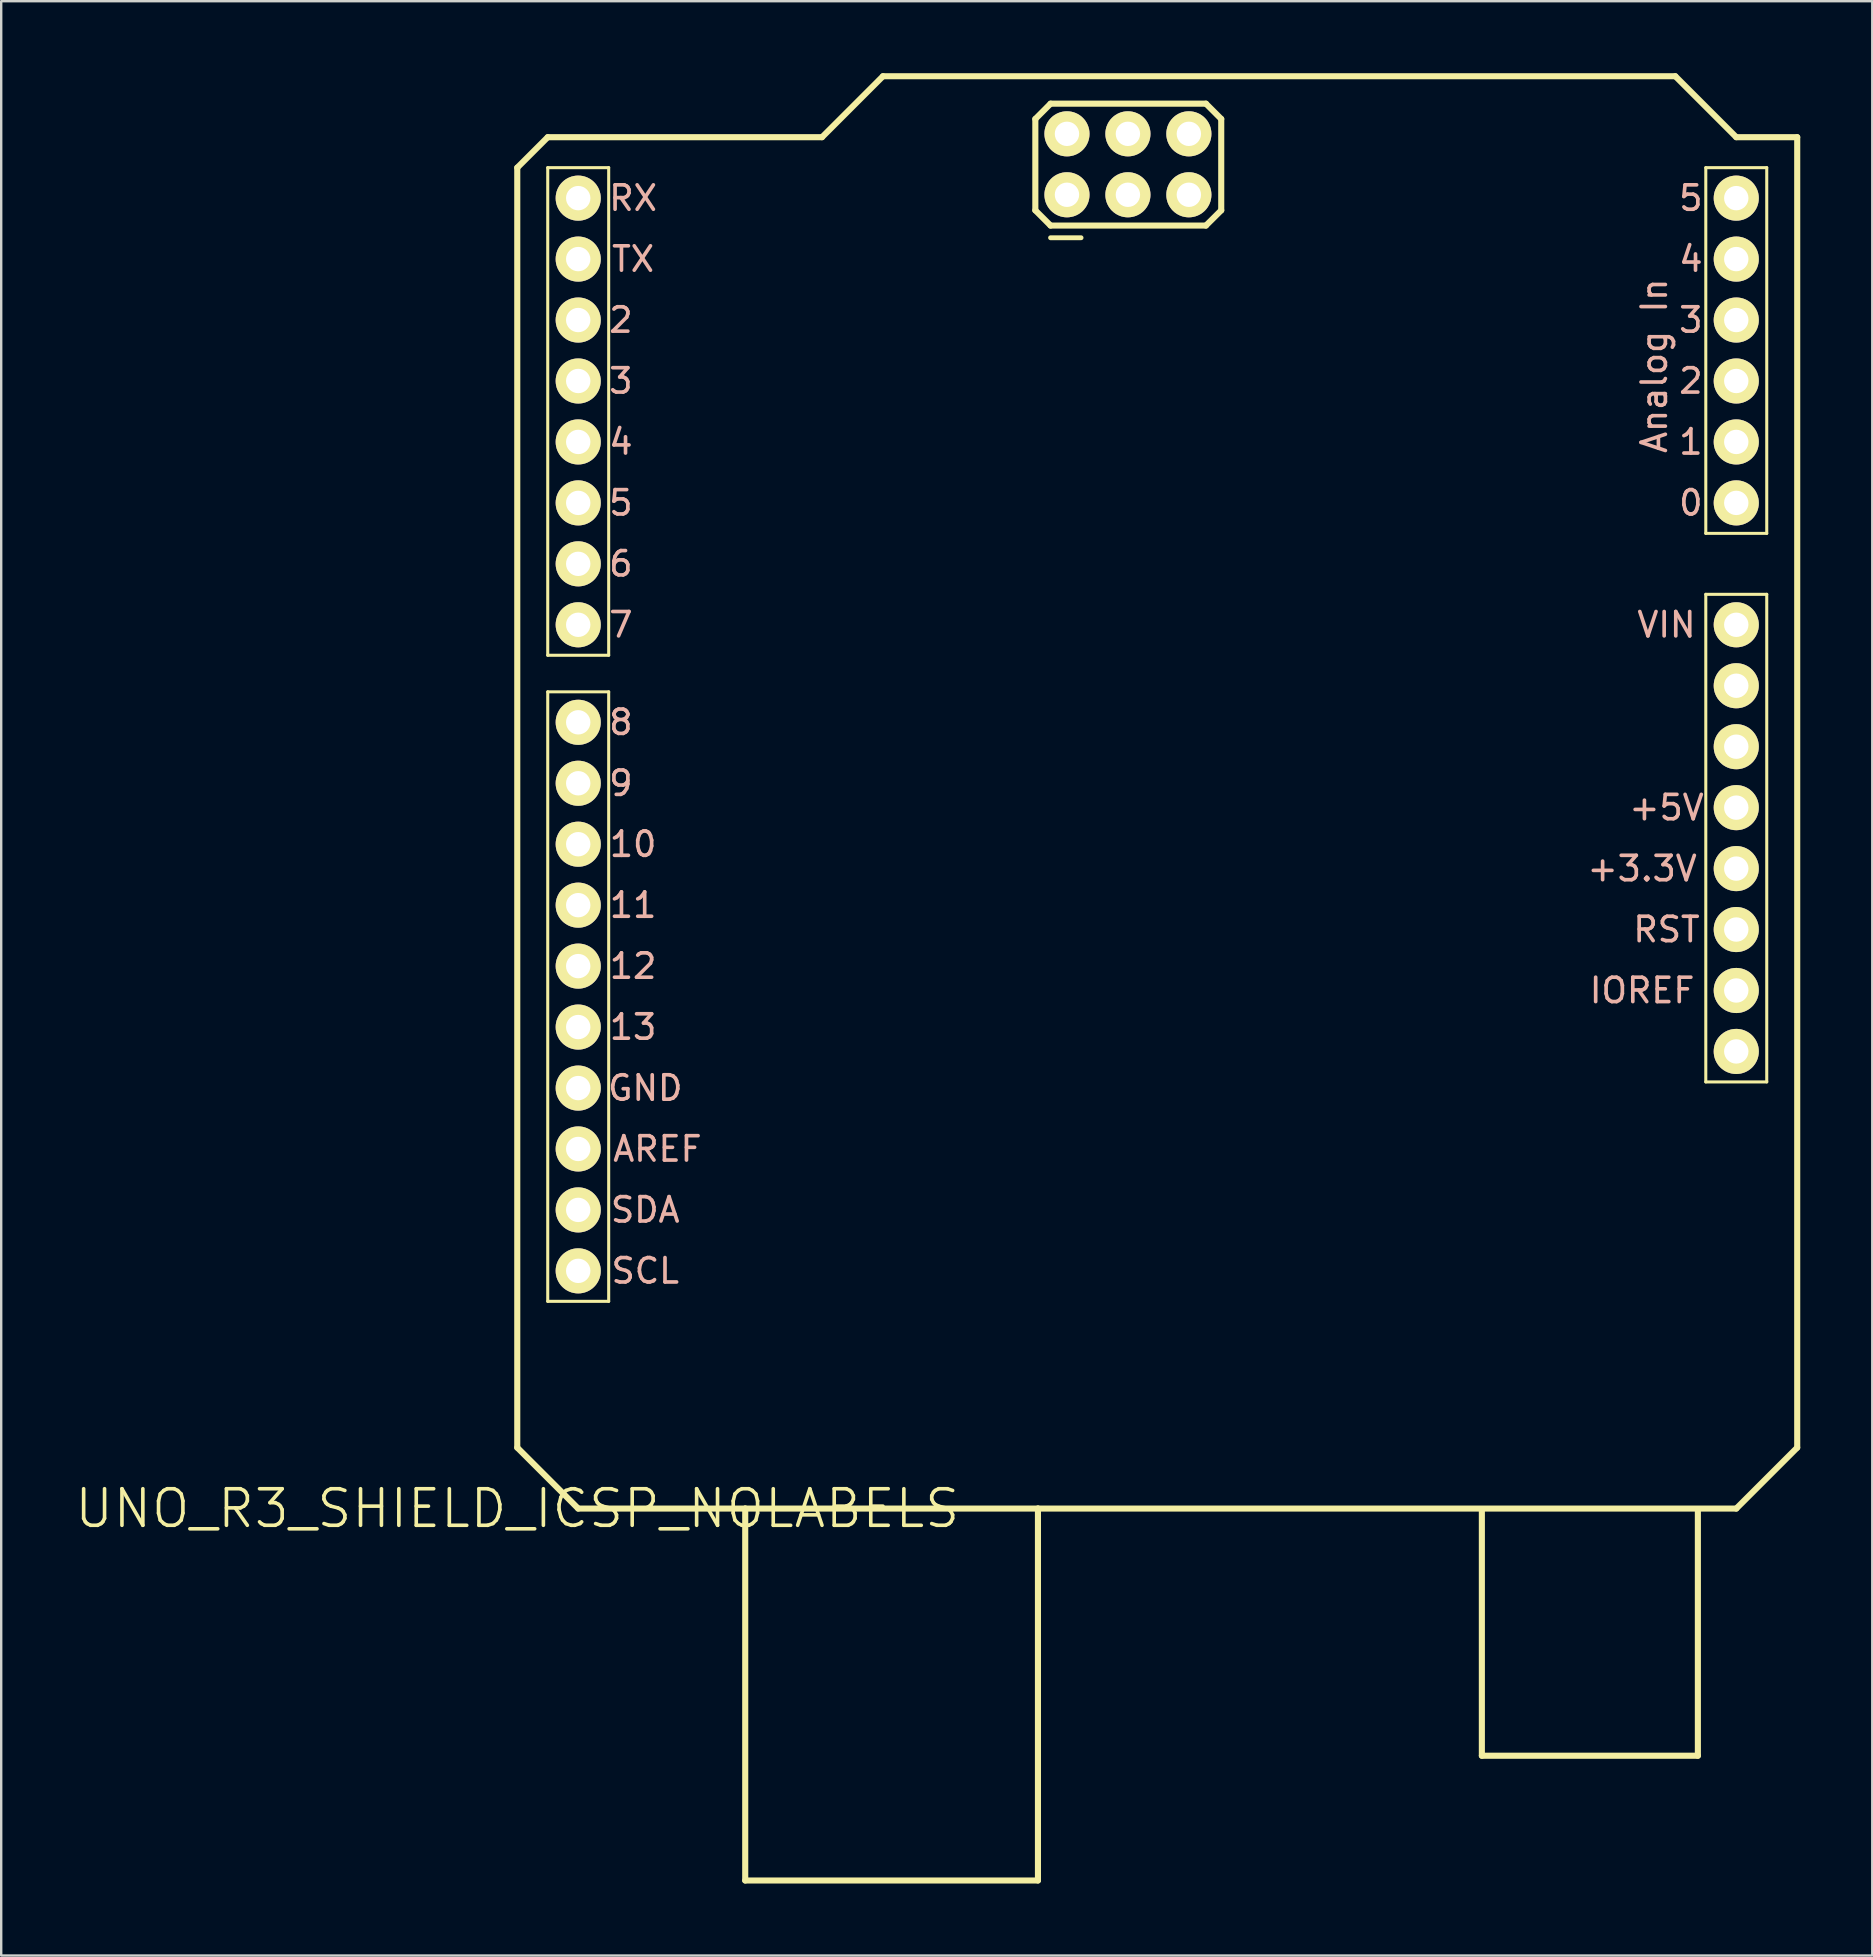
<source format=kicad_pcb>
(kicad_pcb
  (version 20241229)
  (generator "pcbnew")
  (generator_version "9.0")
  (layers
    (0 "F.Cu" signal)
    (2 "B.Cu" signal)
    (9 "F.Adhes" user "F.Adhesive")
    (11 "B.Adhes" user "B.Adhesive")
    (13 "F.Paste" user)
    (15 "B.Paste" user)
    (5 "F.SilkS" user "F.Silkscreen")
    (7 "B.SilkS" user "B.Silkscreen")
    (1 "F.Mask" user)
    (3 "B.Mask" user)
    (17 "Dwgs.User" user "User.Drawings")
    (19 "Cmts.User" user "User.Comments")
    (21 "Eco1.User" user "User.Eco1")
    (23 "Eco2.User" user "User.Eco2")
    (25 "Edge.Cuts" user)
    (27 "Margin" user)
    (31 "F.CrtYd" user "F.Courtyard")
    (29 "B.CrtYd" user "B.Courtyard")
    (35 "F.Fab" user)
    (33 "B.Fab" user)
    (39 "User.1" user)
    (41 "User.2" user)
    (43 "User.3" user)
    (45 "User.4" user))
  (footprint "UNO_R3_SHIELD_ICSP_NOLABELS"
    (layer "F.Cu")
    (at 18.506 59.817)
    (property "Reference" "UNO_R3_SHIELD_ICSP_NOLABELS" (at 0 0 0) (layer "F.SilkS") (effects (font (size 1.524 1.524) (thickness 0.15))))
    (attr exclude_from_pos_files exclude_from_bom)
    (fp_line (start 0 -55.88) (end 0 -2.54) (stroke (width 0.254) (type solid)) (layer "F.SilkS"))
    (fp_line (start 0 -2.54) (end 2.54 0) (stroke (width 0.254) (type solid)) (layer "F.SilkS"))
    (fp_line (start 1.27 -57.15) (end 0 -55.88) (stroke (width 0.254) (type solid)) (layer "F.SilkS"))
    (fp_line (start 1.27 -55.88) (end 3.81 -55.88) (stroke (width 0.127) (type solid)) (layer "F.SilkS"))
    (fp_line (start 1.27 -35.56) (end 1.27 -55.88) (stroke (width 0.127) (type solid)) (layer "F.SilkS"))
    (fp_line (start 1.27 -34.036) (end 3.81 -34.036) (stroke (width 0.127) (type solid)) (layer "F.SilkS"))
    (fp_line (start 1.27 -8.636) (end 1.27 -34.036) (stroke (width 0.127) (type solid)) (layer "F.SilkS"))
    (fp_line (start 2.54 0) (end 9.5 0) (stroke (width 0.254) (type solid)) (layer "F.SilkS"))
    (fp_line (start 3.81 -55.88) (end 3.81 -35.56) (stroke (width 0.127) (type solid)) (layer "F.SilkS"))
    (fp_line (start 3.81 -35.56) (end 1.27 -35.56) (stroke (width 0.127) (type solid)) (layer "F.SilkS"))
    (fp_line (start 3.81 -34.036) (end 3.81 -8.636) (stroke (width 0.127) (type solid)) (layer "F.SilkS"))
    (fp_line (start 3.81 -8.636) (end 1.27 -8.636) (stroke (width 0.127) (type solid)) (layer "F.SilkS"))
    (fp_line (start 9.5 0) (end 21.699 0) (stroke (width 0.254) (type solid)) (layer "F.SilkS"))
    (fp_line (start 9.5 15.499) (end 9.5 0) (stroke (width 0.254) (type solid)) (layer "F.SilkS"))
    (fp_line (start 9.5 15.499) (end 21.699 15.499) (stroke (width 0.254) (type solid)) (layer "F.SilkS"))
    (fp_line (start 12.7 -57.15) (end 1.27 -57.15) (stroke (width 0.254) (type solid)) (layer "F.SilkS"))
    (fp_line (start 15.24 -59.69) (end 12.7 -57.15) (stroke (width 0.254) (type solid)) (layer "F.SilkS"))
    (fp_line (start 21.59 -57.909) (end 22.225 -58.547) (stroke (width 0.254) (type solid)) (layer "F.SilkS"))
    (fp_line (start 21.59 -54.102) (end 21.59 -57.909) (stroke (width 0.254) (type solid)) (layer "F.SilkS"))
    (fp_line (start 21.699 0) (end 50.8 0) (stroke (width 0.254) (type solid)) (layer "F.SilkS"))
    (fp_line (start 21.699 15.499) (end 21.699 0) (stroke (width 0.254) (type solid)) (layer "F.SilkS"))
    (fp_line (start 22.225 -58.547) (end 28.699 -58.547) (stroke (width 0.254) (type solid)) (layer "F.SilkS"))
    (fp_line (start 22.225 -53.467) (end 21.59 -54.102) (stroke (width 0.254) (type solid)) (layer "F.SilkS"))
    (fp_line (start 23.495 -52.959) (end 22.225 -52.959) (stroke (width 0.203) (type solid)) (layer "F.SilkS"))
    (fp_line (start 28.699 -58.547) (end 29.337 -57.909) (stroke (width 0.254) (type solid)) (layer "F.SilkS"))
    (fp_line (start 28.699 -53.467) (end 22.225 -53.467) (stroke (width 0.254) (type solid)) (layer "F.SilkS"))
    (fp_line (start 29.337 -57.909) (end 29.337 -54.102) (stroke (width 0.254) (type solid)) (layer "F.SilkS"))
    (fp_line (start 29.337 -54.102) (end 28.699 -53.467) (stroke (width 0.254) (type solid)) (layer "F.SilkS"))
    (fp_line (start 40.198 10.3) (end 40.198 0.099) (stroke (width 0.254) (type solid)) (layer "F.SilkS"))
    (fp_line (start 40.198 10.3) (end 49.2 10.3) (stroke (width 0.254) (type solid)) (layer "F.SilkS"))
    (fp_line (start 48.26 -59.69) (end 15.24 -59.69) (stroke (width 0.254) (type solid)) (layer "F.SilkS"))
    (fp_line (start 49.2 10.3) (end 49.2 0.099) (stroke (width 0.254) (type solid)) (layer "F.SilkS"))
    (fp_line (start 49.53 -55.88) (end 52.07 -55.88) (stroke (width 0.127) (type solid)) (layer "F.SilkS"))
    (fp_line (start 49.53 -40.64) (end 49.53 -55.88) (stroke (width 0.127) (type solid)) (layer "F.SilkS"))
    (fp_line (start 49.53 -38.1) (end 49.53 -17.78) (stroke (width 0.127) (type solid)) (layer "F.SilkS"))
    (fp_line (start 49.53 -17.78) (end 52.07 -17.78) (stroke (width 0.127) (type solid)) (layer "F.SilkS"))
    (fp_line (start 50.8 -57.15) (end 48.26 -59.69) (stroke (width 0.254) (type solid)) (layer "F.SilkS"))
    (fp_line (start 50.8 0) (end 53.34 -2.54) (stroke (width 0.254) (type solid)) (layer "F.SilkS"))
    (fp_line (start 52.07 -55.88) (end 52.07 -40.64) (stroke (width 0.127) (type solid)) (layer "F.SilkS"))
    (fp_line (start 52.07 -40.64) (end 49.53 -40.64) (stroke (width 0.127) (type solid)) (layer "F.SilkS"))
    (fp_line (start 52.07 -38.1) (end 49.53 -38.1) (stroke (width 0.127) (type solid)) (layer "F.SilkS"))
    (fp_line (start 52.07 -17.78) (end 52.07 -38.1) (stroke (width 0.127) (type solid)) (layer "F.SilkS"))
    (fp_line (start 53.34 -57.15) (end 50.8 -57.15) (stroke (width 0.254) (type solid)) (layer "F.SilkS"))
    (fp_line (start 53.34 -2.54) (end 53.34 -57.15) (stroke (width 0.254) (type solid)) (layer "F.SilkS"))
    (fp_text user "RST" (at 47.892 -24.13 180) (layer "B.SilkS") (effects (font (size 1.016 1.016) (thickness 0.152))))
    (fp_text user "TX" (at 4.826 -52.07 0) (layer "B.SilkS") (effects (font (size 1.016 1.016) (thickness 0.152))))
    (fp_text user "1" (at 48.908 -44.45 180) (layer "B.SilkS") (effects (font (size 1.016 1.016) (thickness 0.152))))
    (fp_text user "AREF" (at 5.842 -14.986 0) (layer "B.SilkS") (effects (font (size 1.016 1.016) (thickness 0.152))))
    (fp_text user "11" (at 4.826 -25.146 0) (layer "B.SilkS") (effects (font (size 1.016 1.016) (thickness 0.152))))
    (fp_text user "3" (at 4.318 -46.99 0) (layer "B.SilkS") (effects (font (size 1.016 1.016) (thickness 0.152))))
    (fp_text user "4" (at 48.908 -52.07 180) (layer "B.SilkS") (effects (font (size 1.016 1.016) (thickness 0.152))))
    (fp_text user "10" (at 4.826 -27.686 0) (layer "B.SilkS") (effects (font (size 1.016 1.016) (thickness 0.152))))
    (fp_text user "13" (at 4.826 -20.066 0) (layer "B.SilkS") (effects (font (size 1.016 1.016) (thickness 0.152))))
    (fp_text user "8" (at 4.318 -32.766 0) (layer "B.SilkS") (effects (font (size 1.016 1.016) (thickness 0.152))))
    (fp_text user "RX" (at 4.826 -54.61 0) (layer "B.SilkS") (effects (font (size 1.016 1.016) (thickness 0.152))))
    (fp_text user "SCL" (at 5.334 -9.906 0) (layer "B.SilkS") (effects (font (size 1.016 1.016) (thickness 0.152))))
    (fp_text user "2" (at 4.318 -49.53 0) (layer "B.SilkS") (effects (font (size 1.016 1.016) (thickness 0.152))))
    (fp_text user "5" (at 4.318 -41.91 0) (layer "B.SilkS") (effects (font (size 1.016 1.016) (thickness 0.152))))
    (fp_text user "9" (at 4.318 -30.226 0) (layer "B.SilkS") (effects (font (size 1.016 1.016) (thickness 0.152))))
    (fp_text user "+3.3V" (at 46.876 -26.67 180) (layer "B.SilkS") (effects (font (size 1.016 1.016) (thickness 0.152))))
    (fp_text user "2" (at 48.908 -46.99 180) (layer "B.SilkS") (effects (font (size 1.016 1.016) (thickness 0.152))))
    (fp_text user "SDA" (at 5.334 -12.446 0) (layer "B.SilkS") (effects (font (size 1.016 1.016) (thickness 0.152))))
    (fp_text user "12" (at 4.826 -22.606 0) (layer "B.SilkS") (effects (font (size 1.016 1.016) (thickness 0.152))))
    (fp_text user "IOREF" (at 46.876 -21.59 180) (layer "B.SilkS") (effects (font (size 1.016 1.016) (thickness 0.152))))
    (fp_text user "5" (at 48.908 -54.61 180) (layer "B.SilkS") (effects (font (size 1.016 1.016) (thickness 0.152))))
    (fp_text user "Analog In" (at 47.384 -47.625 270) (layer "B.SilkS") (effects (font (size 1.016 1.016) (thickness 0.152))))
    (fp_text user "VIN" (at 47.892 -36.83 180) (layer "B.SilkS") (effects (font (size 1.016 1.016) (thickness 0.152))))
    (fp_text user "6" (at 4.318 -39.37 0) (layer "B.SilkS") (effects (font (size 1.016 1.016) (thickness 0.152))))
    (fp_text user "7" (at 4.318 -36.83 0) (layer "B.SilkS") (effects (font (size 1.016 1.016) (thickness 0.152))))
    (fp_text user "3" (at 48.908 -49.53 180) (layer "B.SilkS") (effects (font (size 1.016 1.016) (thickness 0.152))))
    (fp_text user "GND" (at 5.334 -17.523 0) (layer "B.SilkS") (effects (font (size 1.016 1.016) (thickness 0.152))))
    (fp_text user "4" (at 4.318 -44.45 0) (layer "B.SilkS") (effects (font (size 1.016 1.016) (thickness 0.152))))
    (fp_text user "0" (at 48.908 -41.91 180) (layer "B.SilkS") (effects (font (size 1.016 1.016) (thickness 0.152))))
    (fp_text user "+5V" (at 47.892 -29.21 180) (layer "B.SilkS") (effects (font (size 1.016 1.016) (thickness 0.152))))
    (pad "3.3V" thru_hole circle (at 50.8 -26.67) (size 1.88 1.88) (drill 1.016) (layers "*.Cu" "F.Mask" "F.SilkS" "F.Paste"))
    (pad "5V" thru_hole circle (at 50.8 -29.21) (size 1.88 1.88) (drill 1.016) (layers "*.Cu" "F.Mask" "F.SilkS" "F.Paste"))
    (pad "5V_I" thru_hole circle (at 22.908 -57.29) (size 1.88 1.88) (drill 1.016) (layers "*.Cu" "F.Mask" "F.SilkS" "F.Paste"))
    (pad "A0" thru_hole circle (at 50.8 -41.91) (size 1.88 1.88) (drill 1.016) (layers "*.Cu" "F.Mask" "F.SilkS" "F.Paste"))
    (pad "A1" thru_hole circle (at 50.8 -44.45) (size 1.88 1.88) (drill 1.016) (layers "*.Cu" "F.Mask" "F.SilkS" "F.Paste"))
    (pad "A2" thru_hole circle (at 50.8 -46.99) (size 1.88 1.88) (drill 1.016) (layers "*.Cu" "F.Mask" "F.SilkS" "F.Paste"))
    (pad "A3" thru_hole circle (at 50.8 -49.53) (size 1.88 1.88) (drill 1.016) (layers "*.Cu" "F.Mask" "F.SilkS" "F.Paste"))
    (pad "A4" thru_hole circle (at 50.8 -52.07) (size 1.88 1.88) (drill 1.016) (layers "*.Cu" "F.Mask" "F.SilkS" "F.Paste"))
    (pad "A5" thru_hole circle (at 50.8 -54.61) (size 1.88 1.88) (drill 1.016) (layers "*.Cu" "F.Mask" "F.SilkS" "F.Paste"))
    (pad "AREF" thru_hole circle (at 2.54 -14.986) (size 1.88 1.88) (drill 1.016) (layers "*.Cu" "F.Mask" "F.SilkS" "F.Paste"))
    (pad "D2" thru_hole circle (at 2.54 -49.53) (size 1.88 1.88) (drill 1.016) (layers "*.Cu" "F.Mask" "F.SilkS" "F.Paste"))
    (pad "D3" thru_hole circle (at 2.54 -46.99) (size 1.88 1.88) (drill 1.016) (layers "*.Cu" "F.Mask" "F.SilkS" "F.Paste"))
    (pad "D4" thru_hole circle (at 2.54 -44.45) (size 1.88 1.88) (drill 1.016) (layers "*.Cu" "F.Mask" "F.SilkS" "F.Paste"))
    (pad "D5" thru_hole circle (at 2.54 -41.91) (size 1.88 1.88) (drill 1.016) (layers "*.Cu" "F.Mask" "F.SilkS" "F.Paste"))
    (pad "D6" thru_hole circle (at 2.54 -39.37) (size 1.88 1.88) (drill 1.016) (layers "*.Cu" "F.Mask" "F.SilkS" "F.Paste"))
    (pad "D7" thru_hole circle (at 2.54 -36.83) (size 1.88 1.88) (drill 1.016) (layers "*.Cu" "F.Mask" "F.SilkS" "F.Paste"))
    (pad "D8" thru_hole circle (at 2.54 -32.766) (size 1.88 1.88) (drill 1.016) (layers "*.Cu" "F.Mask" "F.SilkS" "F.Paste"))
    (pad "D9" thru_hole circle (at 2.54 -30.226) (size 1.88 1.88) (drill 1.016) (layers "*.Cu" "F.Mask" "F.SilkS" "F.Paste"))
    (pad "D10" thru_hole circle (at 2.54 -27.686) (size 1.88 1.88) (drill 1.016) (layers "*.Cu" "F.Mask" "F.SilkS" "F.Paste"))
    (pad "D11" thru_hole circle (at 2.54 -25.146) (size 1.88 1.88) (drill 1.016) (layers "*.Cu" "F.Mask" "F.SilkS" "F.Paste"))
    (pad "D12" thru_hole circle (at 2.54 -22.606) (size 1.88 1.88) (drill 1.016) (layers "*.Cu" "F.Mask" "F.SilkS" "F.Paste"))
    (pad "D13" thru_hole circle (at 2.54 -20.066) (size 1.88 1.88) (drill 1.016) (layers "*.Cu" "F.Mask" "F.SilkS" "F.Paste"))
    (pad "GND@" thru_hole circle (at 2.54 -17.523) (size 1.88 1.88) (drill 1.016) (layers "*.Cu" "F.Mask" "F.SilkS" "F.Paste"))
    (pad "GND@" thru_hole circle (at 50.8 -34.29) (size 1.88 1.88) (drill 1.016) (layers "*.Cu" "F.Mask" "F.SilkS" "F.Paste"))
    (pad "GND@" thru_hole circle (at 50.8 -31.75) (size 1.88 1.88) (drill 1.016) (layers "*.Cu" "F.Mask" "F.SilkS" "F.Paste"))
    (pad "GND_" thru_hole circle (at 27.988 -57.29) (size 1.88 1.88) (drill 1.016) (layers "*.Cu" "F.Mask" "F.SilkS" "F.Paste"))
    (pad "IORE" thru_hole circle (at 50.8 -21.59) (size 1.88 1.88) (drill 1.016) (layers "*.Cu" "F.Mask" "F.SilkS" "F.Paste"))
    (pad "MISO" thru_hole circle (at 22.908 -54.75) (size 1.88 1.88) (drill 1.016) (layers "*.Cu" "F.Mask" "F.SilkS" "F.Paste"))
    (pad "MOSI" thru_hole circle (at 25.448 -57.29) (size 1.88 1.88) (drill 1.016) (layers "*.Cu" "F.Mask" "F.SilkS" "F.Paste"))
    (pad "NC" thru_hole circle (at 50.8 -19.05) (size 1.88 1.88) (drill 1.016) (layers "*.Cu" "F.Mask" "F.SilkS" "F.Paste"))
    (pad "RES" thru_hole circle (at 50.8 -24.13) (size 1.88 1.88) (drill 1.016) (layers "*.Cu" "F.Mask" "F.SilkS" "F.Paste"))
    (pad "RST_" thru_hole circle (at 27.988 -54.75) (size 1.88 1.88) (drill 1.016) (layers "*.Cu" "F.Mask" "F.SilkS" "F.Paste"))
    (pad "RX" thru_hole circle (at 2.54 -54.61) (size 1.88 1.88) (drill 1.016) (layers "*.Cu" "F.Mask" "F.SilkS" "F.Paste"))
    (pad "SCK" thru_hole circle (at 25.448 -54.75) (size 1.88 1.88) (drill 1.016) (layers "*.Cu" "F.Mask" "F.SilkS" "F.Paste"))
    (pad "SCL" thru_hole circle (at 2.54 -9.906) (size 1.88 1.88) (drill 1.016) (layers "*.Cu" "F.Mask" "F.SilkS" "F.Paste"))
    (pad "SDA" thru_hole circle (at 2.54 -12.446) (size 1.88 1.88) (drill 1.016) (layers "*.Cu" "F.Mask" "F.SilkS" "F.Paste"))
    (pad "TX" thru_hole circle (at 2.54 -52.07) (size 1.88 1.88) (drill 1.016) (layers "*.Cu" "F.Mask" "F.SilkS" "F.Paste"))
    (pad "VIN" thru_hole circle (at 50.8 -36.83) (size 1.88 1.88) (drill 1.016) (layers "*.Cu" "F.Mask" "F.SilkS" "F.Paste")))
  (gr_rect
    (start -3 -3)
    (end 74.973 78.443)
    (stroke (width 0.1) (type default))
    (fill no)
    (layer "Edge.Cuts")))
</source>
